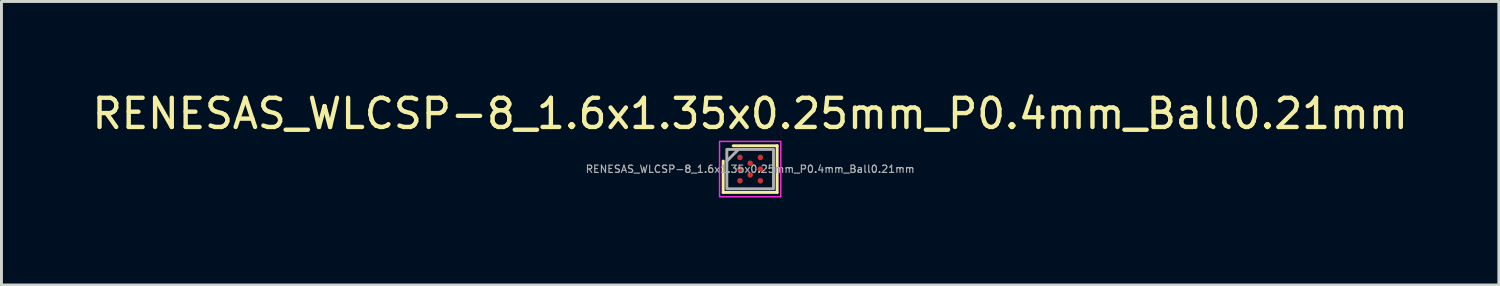
<source format=kicad_pcb>
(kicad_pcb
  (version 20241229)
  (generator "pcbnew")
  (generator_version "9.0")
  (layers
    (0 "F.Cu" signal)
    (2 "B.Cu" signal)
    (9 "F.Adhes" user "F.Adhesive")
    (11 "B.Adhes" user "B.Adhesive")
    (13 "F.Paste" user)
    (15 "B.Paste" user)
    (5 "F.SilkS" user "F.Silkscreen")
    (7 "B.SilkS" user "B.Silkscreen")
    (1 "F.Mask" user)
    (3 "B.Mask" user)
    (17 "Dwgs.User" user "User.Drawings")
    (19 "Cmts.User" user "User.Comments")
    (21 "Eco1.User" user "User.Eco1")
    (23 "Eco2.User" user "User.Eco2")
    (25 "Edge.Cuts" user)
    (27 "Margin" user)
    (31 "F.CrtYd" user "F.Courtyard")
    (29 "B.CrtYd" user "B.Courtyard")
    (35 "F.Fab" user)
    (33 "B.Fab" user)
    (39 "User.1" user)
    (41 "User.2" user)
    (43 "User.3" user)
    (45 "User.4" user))
  (footprint "RENESAS_WLCSP-8_1.6x1.35x0.25mm_P0.4mm_Ball0.21mm"
    (layer "F.Cu")
    (at 22.673 2.748)
    (property "Reference" "RENESAS_WLCSP-8_1.6x1.35x0.25mm_P0.4mm_Ball0.21mm" (at 0 -1.9 0) (layer "F.SilkS") (effects (font (size 1 1) (thickness 0.15))))
    (attr smd)
    (fp_line (start -0.925 0.8) (end -0.925 -0.275) (stroke (width 0.1) (type solid)) (layer "F.SilkS"))
    (fp_line (start -0.925 0.8) (end 0.925 0.8) (stroke (width 0.1) (type solid)) (layer "F.SilkS"))
    (fp_line (start 0.925 -0.8) (end -0.58 -0.8) (stroke (width 0.1) (type solid)) (layer "F.SilkS"))
    (fp_line (start 0.925 0.8) (end 0.925 -0.8) (stroke (width 0.1) (type solid)) (layer "F.SilkS"))
    (fp_rect (start -1.05 -0.95) (end 1.05 0.95) (stroke (width 0.05) (type default)) (fill no) (layer "F.CrtYd"))
    (fp_line (start -0.4 -0.675) (end -0.8 -0.275) (stroke (width 0.1) (type default)) (layer "F.Fab"))
    (fp_rect (start -0.8 -0.675) (end 0.8 0.675) (stroke (width 0.1) (type default)) (fill no) (layer "F.Fab"))
    (fp_text user "${REFERENCE}" (at 0 0 0) (layer "F.Fab") (effects (font (size 0.25 0.25) (thickness 0.04))))
    (pad "A1" smd circle (at -0.35 -0.4) (size 0.19 0.19) (property pad_prop_bga) (layers "F.Cu" "F.Mask" "F.Paste"))
    (pad "A3" smd circle (at 0.35 -0.4) (size 0.19 0.19) (property pad_prop_bga) (layers "F.Cu" "F.Mask" "F.Paste"))
    (pad "B2" smd circle (at 0 -0.2) (size 0.19 0.19) (property pad_prop_bga) (layers "F.Cu" "F.Mask" "F.Paste"))
    (pad "C1" smd circle (at -0.35 0) (size 0.19 0.19) (property pad_prop_bga) (layers "F.Cu" "F.Mask" "F.Paste"))
    (pad "C3" smd circle (at 0.35 0) (size 0.19 0.19) (property pad_prop_bga) (layers "F.Cu" "F.Mask" "F.Paste"))
    (pad "D2" smd circle (at 0 0.2) (size 0.19 0.19) (property pad_prop_bga) (layers "F.Cu" "F.Mask" "F.Paste"))
    (pad "E1" smd circle (at -0.35 0.4) (size 0.19 0.19) (property pad_prop_bga) (layers "F.Cu" "F.Mask" "F.Paste"))
    (pad "E3" smd circle (at 0.35 0.4) (size 0.19 0.19) (property pad_prop_bga) (layers "F.Cu" "F.Mask" "F.Paste")))
  (gr_rect
    (start -3 -3)
    (end 48.345 6.723)
    (stroke (width 0.1) (type default))
    (fill no)
    (layer "Edge.Cuts")))
</source>
